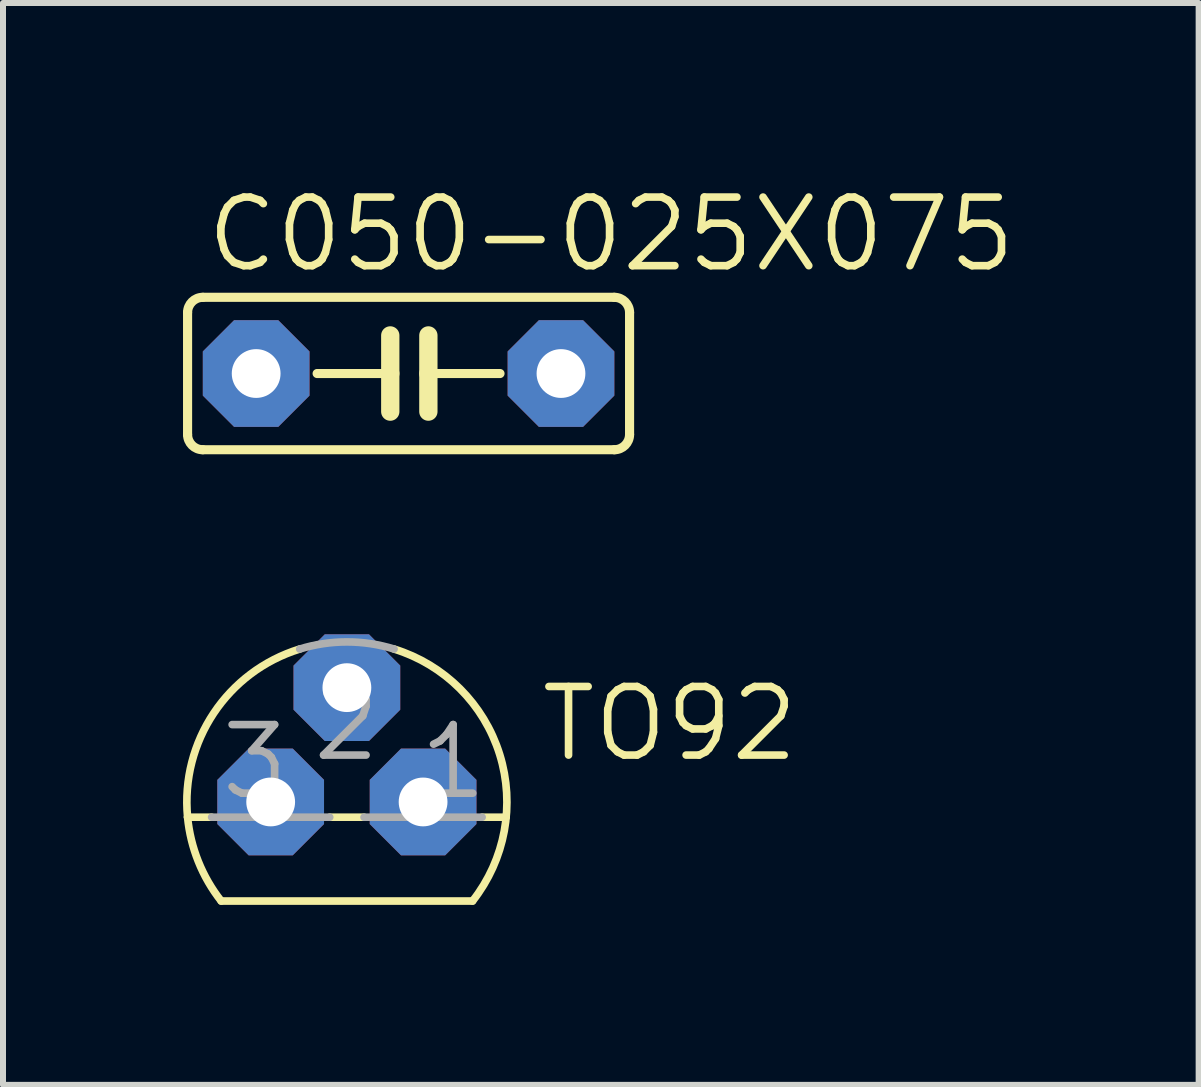
<source format=kicad_pcb>
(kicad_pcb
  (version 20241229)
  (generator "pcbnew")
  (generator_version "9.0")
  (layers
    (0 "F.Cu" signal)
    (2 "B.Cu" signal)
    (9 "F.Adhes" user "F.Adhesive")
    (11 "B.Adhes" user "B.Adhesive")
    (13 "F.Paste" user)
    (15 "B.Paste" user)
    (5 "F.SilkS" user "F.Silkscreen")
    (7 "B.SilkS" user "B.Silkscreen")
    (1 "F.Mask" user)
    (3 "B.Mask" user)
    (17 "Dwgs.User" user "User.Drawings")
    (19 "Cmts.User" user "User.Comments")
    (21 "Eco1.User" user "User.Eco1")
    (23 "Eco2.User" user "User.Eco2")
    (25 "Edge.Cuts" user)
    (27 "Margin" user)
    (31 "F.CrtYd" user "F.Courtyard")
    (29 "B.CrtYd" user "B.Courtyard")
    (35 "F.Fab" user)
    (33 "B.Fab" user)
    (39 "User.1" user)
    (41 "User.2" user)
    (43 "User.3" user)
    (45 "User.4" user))
  (footprint "C050-025X075"
    (layer "F.Cu")
    (at 3.759 3.175)
    (property "Reference" "C050-025X075" (at -3.429 -1.651 0) (layer "F.SilkS") (effects (font (size 1.143 1.143) (thickness 0.127)) (justify left bottom)))
    (fp_line (start -3.683 -1.016) (end -3.683 1.016) (stroke (width 0.152) (type solid)) (layer "F.SilkS"))
    (fp_line (start -3.429 1.27) (end 3.429 1.27) (stroke (width 0.152) (type solid)) (layer "F.SilkS"))
    (fp_line (start -0.305 -0.635) (end -0.305 0) (stroke (width 0.305) (type solid)) (layer "F.SilkS"))
    (fp_line (start -0.305 0) (end -1.524 0) (stroke (width 0.152) (type solid)) (layer "F.SilkS"))
    (fp_line (start -0.305 0) (end -0.305 0.635) (stroke (width 0.305) (type solid)) (layer "F.SilkS"))
    (fp_line (start 0.33 -0.635) (end 0.33 0) (stroke (width 0.305) (type solid)) (layer "F.SilkS"))
    (fp_line (start 0.33 0) (end 0.33 0.635) (stroke (width 0.305) (type solid)) (layer "F.SilkS"))
    (fp_line (start 0.33 0) (end 1.524 0) (stroke (width 0.152) (type solid)) (layer "F.SilkS"))
    (fp_line (start 3.429 -1.27) (end -3.429 -1.27) (stroke (width 0.152) (type solid)) (layer "F.SilkS"))
    (fp_line (start 3.683 1.016) (end 3.683 -1.016) (stroke (width 0.152) (type solid)) (layer "F.SilkS"))
    (fp_arc (start -3.683 -1.016) (mid -3.608605 -1.195605) (end -3.429 -1.27) (stroke (width 0.1524) (type solid)) (layer "F.SilkS"))
    (fp_arc (start -3.429 1.27) (mid -3.608605 1.195605) (end -3.683 1.016) (stroke (width 0.1524) (type solid)) (layer "F.SilkS"))
    (fp_arc (start 3.429 -1.27) (mid 3.608605 -1.195605) (end 3.683 -1.016) (stroke (width 0.1524) (type solid)) (layer "F.SilkS"))
    (fp_arc (start 3.683 1.016) (mid 3.608605 1.195605) (end 3.429 1.27) (stroke (width 0.1524) (type solid)) (layer "F.SilkS"))
    (pad "1" thru_hole roundrect (at -2.54 0) (size 1.778 1.778) (drill 0.813) (layers "*.Cu" "*.Mask") (roundrect_rratio 0.25) (chamfer_ratio 0.293) (chamfer top_left top_right bottom_left bottom_right))
    (pad "2" thru_hole roundrect (at 2.54 0) (size 1.778 1.778) (drill 0.813) (layers "*.Cu" "*.Mask") (roundrect_rratio 0.25) (chamfer_ratio 0.293) (chamfer top_left top_right bottom_left bottom_right)))
  (footprint "TO92"
    (layer "F.Cu")
    (at 2.731 10.315)
    (property "Reference" "TO92" (at 3.175 -0.635 0) (layer "F.SilkS") (effects (font (size 1.143 1.143) (thickness 0.127)) (justify left bottom)))
    (fp_line (start -2.655 0.254) (end -2.254 0.254) (stroke (width 0.127) (type solid)) (layer "F.SilkS"))
    (fp_line (start -2.095 1.651) (end 2.095 1.651) (stroke (width 0.127) (type solid)) (layer "F.SilkS"))
    (fp_line (start -0.286 0.254) (end 0.286 0.254) (stroke (width 0.127) (type solid)) (layer "F.SilkS"))
    (fp_line (start 2.254 0.254) (end 2.655 0.254) (stroke (width 0.127) (type solid)) (layer "F.SilkS"))
    (fp_arc (start -2.6549 0.254) (mid -2.219001 -1.479566) (end -0.786299 -2.548501) (stroke (width 0.127) (type solid)) (layer "F.SilkS"))
    (fp_arc (start -2.0946 1.651) (mid -2.475347 0.992847) (end -2.654901 0.254) (stroke (width 0.127) (type solid)) (layer "F.SilkS"))
    (fp_arc (start 0.7863 -2.5484) (mid 2.546275 -0.793203) (end 2.094499 1.651) (stroke (width 0.127) (type solid)) (layer "F.SilkS"))
    (fp_line (start -2.254 0.254) (end -0.286 0.254) (stroke (width 0.127) (type solid)) (layer "F.Fab"))
    (fp_line (start 0.286 0.254) (end 2.254 0.254) (stroke (width 0.127) (type solid)) (layer "F.Fab"))
    (fp_arc (start -0.7863 -2.5485) (mid 0 -2.667043) (end 0.7863 -2.5485) (stroke (width 0.127) (type solid)) (layer "F.Fab"))
    (fp_text user "1" (at 1.143 0 0) (layer "F.Fab") (effects (font (size 1.143 1.143) (thickness 0.127)) (justify left bottom)))
    (fp_text user "3" (at -2.159 0 0) (layer "F.Fab") (effects (font (size 1.143 1.143) (thickness 0.127)) (justify left bottom)))
    (fp_text user "2" (at -0.635 -0.635 0) (layer "F.Fab") (effects (font (size 1.143 1.143) (thickness 0.127)) (justify left bottom)))
    (pad "1" thru_hole roundrect (at 1.27 0) (size 1.778 1.778) (drill 0.813) (layers "*.Cu" "*.Mask") (roundrect_rratio 0.25) (chamfer_ratio 0.293) (chamfer top_left top_right bottom_left bottom_right))
    (pad "2" thru_hole roundrect (at 0 -1.905) (size 1.778 1.778) (drill 0.813) (layers "*.Cu" "*.Mask") (roundrect_rratio 0.25) (chamfer_ratio 0.293) (chamfer top_left top_right bottom_left bottom_right))
    (pad "3" thru_hole roundrect (at -1.27 0) (size 1.778 1.778) (drill 0.813) (layers "*.Cu" "*.Mask") (roundrect_rratio 0.25) (chamfer_ratio 0.293) (chamfer top_left top_right bottom_left bottom_right)))
  (gr_rect
    (start -3 -3)
    (end 16.926 15.03)
    (stroke (width 0.1) (type default))
    (fill no)
    (layer "Edge.Cuts")))
</source>
